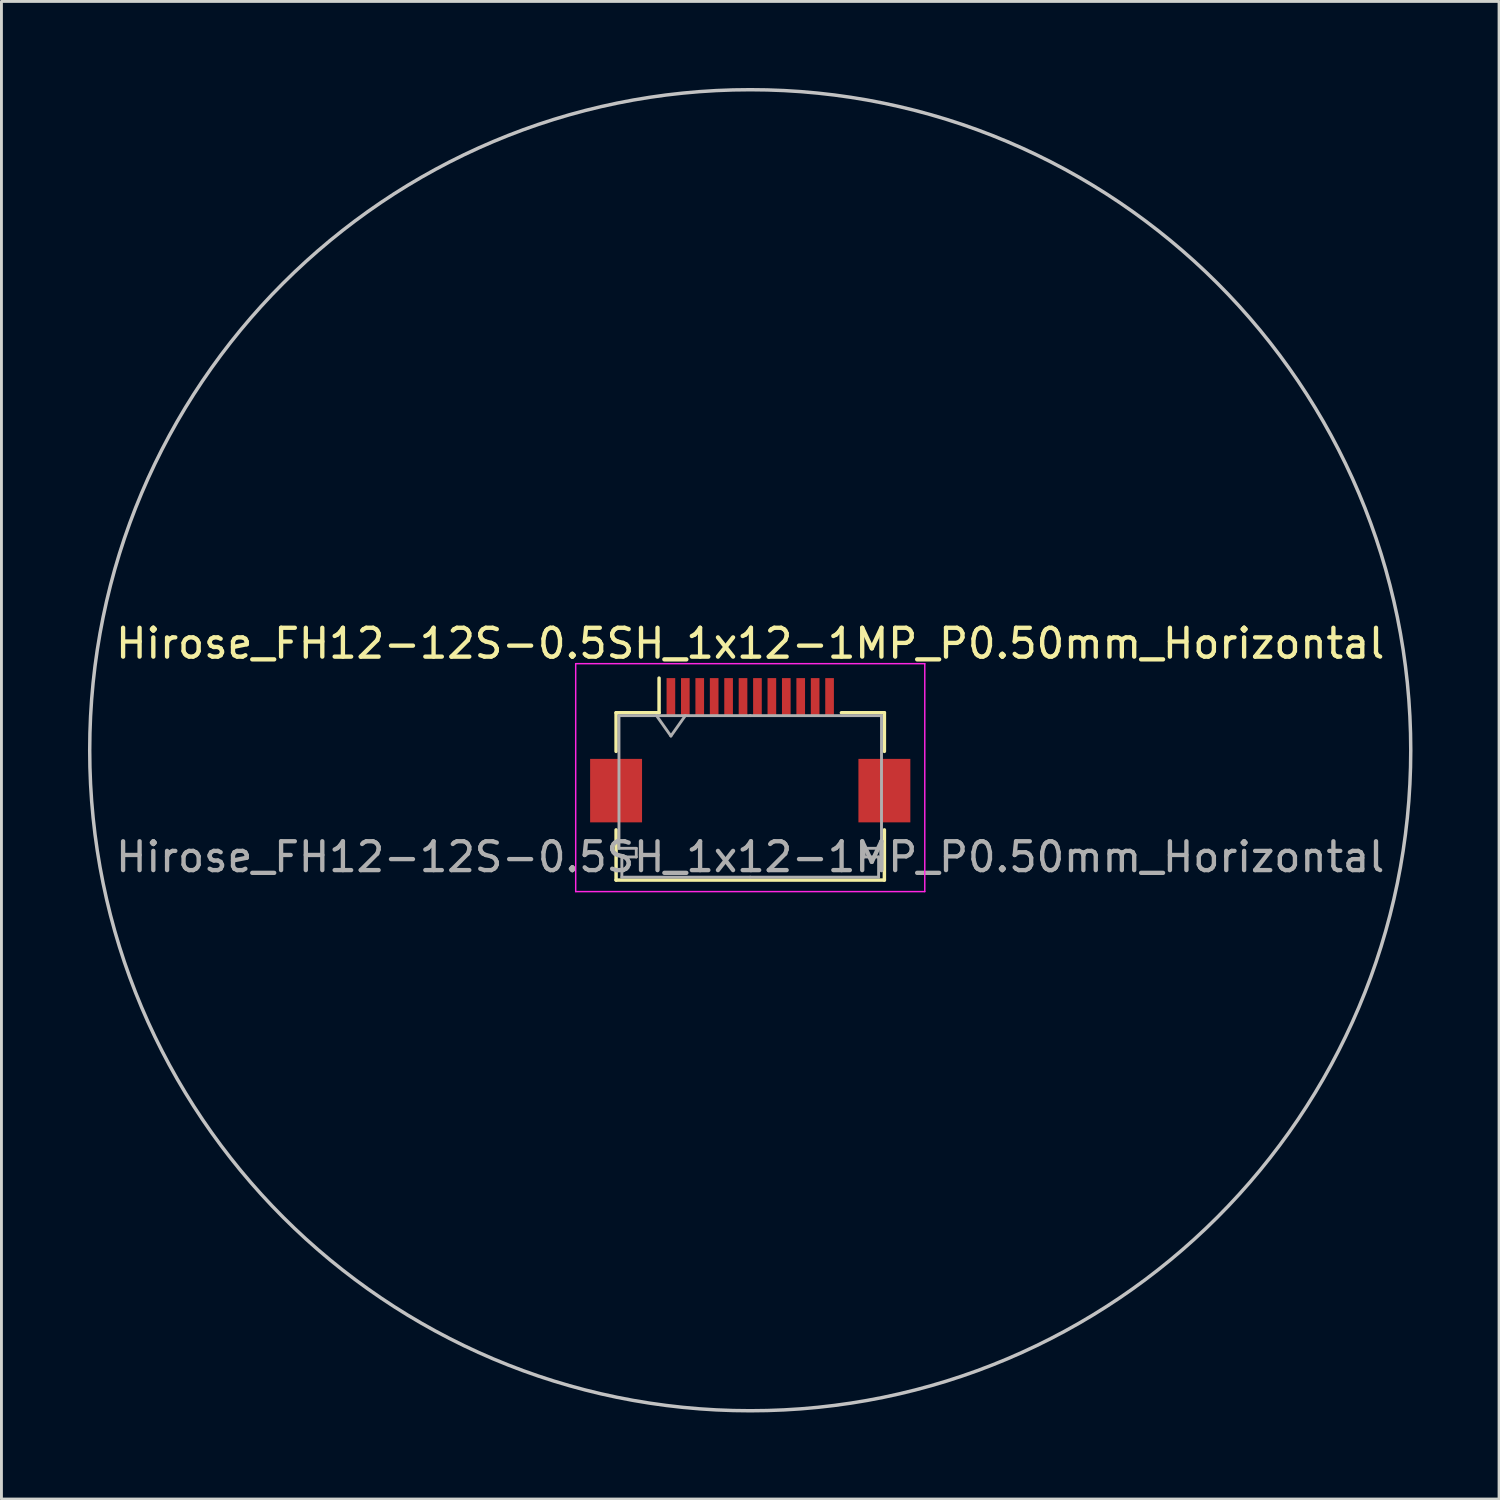
<source format=kicad_pcb>
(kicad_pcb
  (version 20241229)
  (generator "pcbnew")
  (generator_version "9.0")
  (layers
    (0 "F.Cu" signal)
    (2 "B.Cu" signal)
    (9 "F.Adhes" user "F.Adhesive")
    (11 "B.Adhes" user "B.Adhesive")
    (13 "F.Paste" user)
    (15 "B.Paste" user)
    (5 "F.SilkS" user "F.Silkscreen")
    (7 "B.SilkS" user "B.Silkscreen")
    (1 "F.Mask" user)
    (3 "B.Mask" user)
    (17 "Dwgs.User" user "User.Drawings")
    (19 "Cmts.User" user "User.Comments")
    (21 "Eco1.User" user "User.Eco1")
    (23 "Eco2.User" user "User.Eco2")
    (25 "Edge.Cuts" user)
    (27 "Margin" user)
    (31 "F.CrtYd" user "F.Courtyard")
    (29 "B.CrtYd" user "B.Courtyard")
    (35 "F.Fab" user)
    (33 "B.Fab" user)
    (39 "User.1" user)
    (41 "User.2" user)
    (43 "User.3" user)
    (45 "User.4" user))
  (footprint "Hirose_FH12-12S-0.5SH_1x12-1MP_P0.50mm_Horizontal"
    (layer "F.Cu")
    (at 22.955 22.955)
    (property "Reference" "Hirose_FH12-12S-0.5SH_1x12-1MP_P0.50mm_Horizontal" (at 0 -3.7 0) (layer "F.SilkS") (effects (font (size 1 1) (thickness 0.15))))
    (attr smd)
    (fp_line (start -4.65 -1.3) (end -4.65 0.04) (stroke (width 0.12) (type solid)) (layer "F.SilkS"))
    (fp_line (start -4.65 2.76) (end -4.65 4.5) (stroke (width 0.12) (type solid)) (layer "F.SilkS"))
    (fp_line (start -4.65 4.5) (end 4.65 4.5) (stroke (width 0.12) (type solid)) (layer "F.SilkS"))
    (fp_line (start -3.16 -1.3) (end -4.65 -1.3) (stroke (width 0.12) (type solid)) (layer "F.SilkS"))
    (fp_line (start -3.16 -1.3) (end -3.16 -2.5) (stroke (width 0.12) (type solid)) (layer "F.SilkS"))
    (fp_line (start 3.16 -1.3) (end 4.65 -1.3) (stroke (width 0.12) (type solid)) (layer "F.SilkS"))
    (fp_line (start 4.65 -1.3) (end 4.65 0.04) (stroke (width 0.12) (type solid)) (layer "F.SilkS"))
    (fp_line (start 4.65 4.5) (end 4.65 2.76) (stroke (width 0.12) (type solid)) (layer "F.SilkS"))
    (fp_circle (center 0 0) (end 22.86 -1.27) (stroke (width 0.12) (type solid)) (fill no) (layer "Dwgs.User"))
    (fp_line (start -6.05 -3) (end -6.05 4.9) (stroke (width 0.05) (type solid)) (layer "F.CrtYd"))
    (fp_line (start -6.05 4.9) (end 6.05 4.9) (stroke (width 0.05) (type solid)) (layer "F.CrtYd"))
    (fp_line (start 6.05 -3) (end -6.05 -3) (stroke (width 0.05) (type solid)) (layer "F.CrtYd"))
    (fp_line (start 6.05 4.9) (end 6.05 -3) (stroke (width 0.05) (type solid)) (layer "F.CrtYd"))
    (fp_line (start -4.55 -1.2) (end -4.55 3.4) (stroke (width 0.1) (type solid)) (layer "F.Fab"))
    (fp_line (start -4.55 3.4) (end -3.95 3.4) (stroke (width 0.1) (type solid)) (layer "F.Fab"))
    (fp_line (start -4.45 3.7) (end -4.45 4.4) (stroke (width 0.1) (type solid)) (layer "F.Fab"))
    (fp_line (start -4.45 4.4) (end 0 4.4) (stroke (width 0.1) (type solid)) (layer "F.Fab"))
    (fp_line (start -3.95 3.4) (end -3.95 3.7) (stroke (width 0.1) (type solid)) (layer "F.Fab"))
    (fp_line (start -3.95 3.7) (end -4.45 3.7) (stroke (width 0.1) (type solid)) (layer "F.Fab"))
    (fp_line (start -3.25 -1.2) (end -2.75 -0.493) (stroke (width 0.1) (type solid)) (layer "F.Fab"))
    (fp_line (start -2.75 -0.493) (end -2.25 -1.2) (stroke (width 0.1) (type solid)) (layer "F.Fab"))
    (fp_line (start 0 -1.2) (end -4.55 -1.2) (stroke (width 0.1) (type solid)) (layer "F.Fab"))
    (fp_line (start 0 -1.2) (end 4.55 -1.2) (stroke (width 0.1) (type solid)) (layer "F.Fab"))
    (fp_line (start 3.95 3.4) (end 3.95 3.7) (stroke (width 0.1) (type solid)) (layer "F.Fab"))
    (fp_line (start 3.95 3.7) (end 4.45 3.7) (stroke (width 0.1) (type solid)) (layer "F.Fab"))
    (fp_line (start 4.45 3.7) (end 4.45 4.4) (stroke (width 0.1) (type solid)) (layer "F.Fab"))
    (fp_line (start 4.45 4.4) (end 0 4.4) (stroke (width 0.1) (type solid)) (layer "F.Fab"))
    (fp_line (start 4.55 -1.2) (end 4.55 3.4) (stroke (width 0.1) (type solid)) (layer "F.Fab"))
    (fp_line (start 4.55 3.4) (end 3.95 3.4) (stroke (width 0.1) (type solid)) (layer "F.Fab"))
    (fp_text user "${REFERENCE}" (at 0 3.7 0) (layer "F.Fab") (effects (font (size 1 1) (thickness 0.15))))
    (pad "1" smd rect (at -2.75 -1.85) (size 0.3 1.3) (layers "F.Cu" "F.Mask" "F.Paste"))
    (pad "2" smd rect (at -2.25 -1.85) (size 0.3 1.3) (layers "F.Cu" "F.Mask" "F.Paste"))
    (pad "3" smd rect (at -1.75 -1.85) (size 0.3 1.3) (layers "F.Cu" "F.Mask" "F.Paste"))
    (pad "4" smd rect (at -1.25 -1.85) (size 0.3 1.3) (layers "F.Cu" "F.Mask" "F.Paste"))
    (pad "5" smd rect (at -0.75 -1.85) (size 0.3 1.3) (layers "F.Cu" "F.Mask" "F.Paste"))
    (pad "6" smd rect (at -0.25 -1.85) (size 0.3 1.3) (layers "F.Cu" "F.Mask" "F.Paste"))
    (pad "7" smd rect (at 0.25 -1.85) (size 0.3 1.3) (layers "F.Cu" "F.Mask" "F.Paste"))
    (pad "8" smd rect (at 0.75 -1.85) (size 0.3 1.3) (layers "F.Cu" "F.Mask" "F.Paste"))
    (pad "9" smd rect (at 1.25 -1.85) (size 0.3 1.3) (layers "F.Cu" "F.Mask" "F.Paste"))
    (pad "10" smd rect (at 1.75 -1.85) (size 0.3 1.3) (layers "F.Cu" "F.Mask" "F.Paste"))
    (pad "11" smd rect (at 2.25 -1.85) (size 0.3 1.3) (layers "F.Cu" "F.Mask" "F.Paste"))
    (pad "12" smd rect (at 2.75 -1.85) (size 0.3 1.3) (layers "F.Cu" "F.Mask" "F.Paste"))
    (pad "MP" smd rect (at -4.65 1.4) (size 1.8 2.2) (layers "F.Cu" "F.Mask" "F.Paste"))
    (pad "MP" smd rect (at 4.65 1.4) (size 1.8 2.2) (layers "F.Cu" "F.Mask" "F.Paste")))
  (gr_rect
    (start -3 -3)
    (end 48.911 48.911)
    (stroke (width 0.1) (type default))
    (fill no)
    (layer "Edge.Cuts")))
</source>
